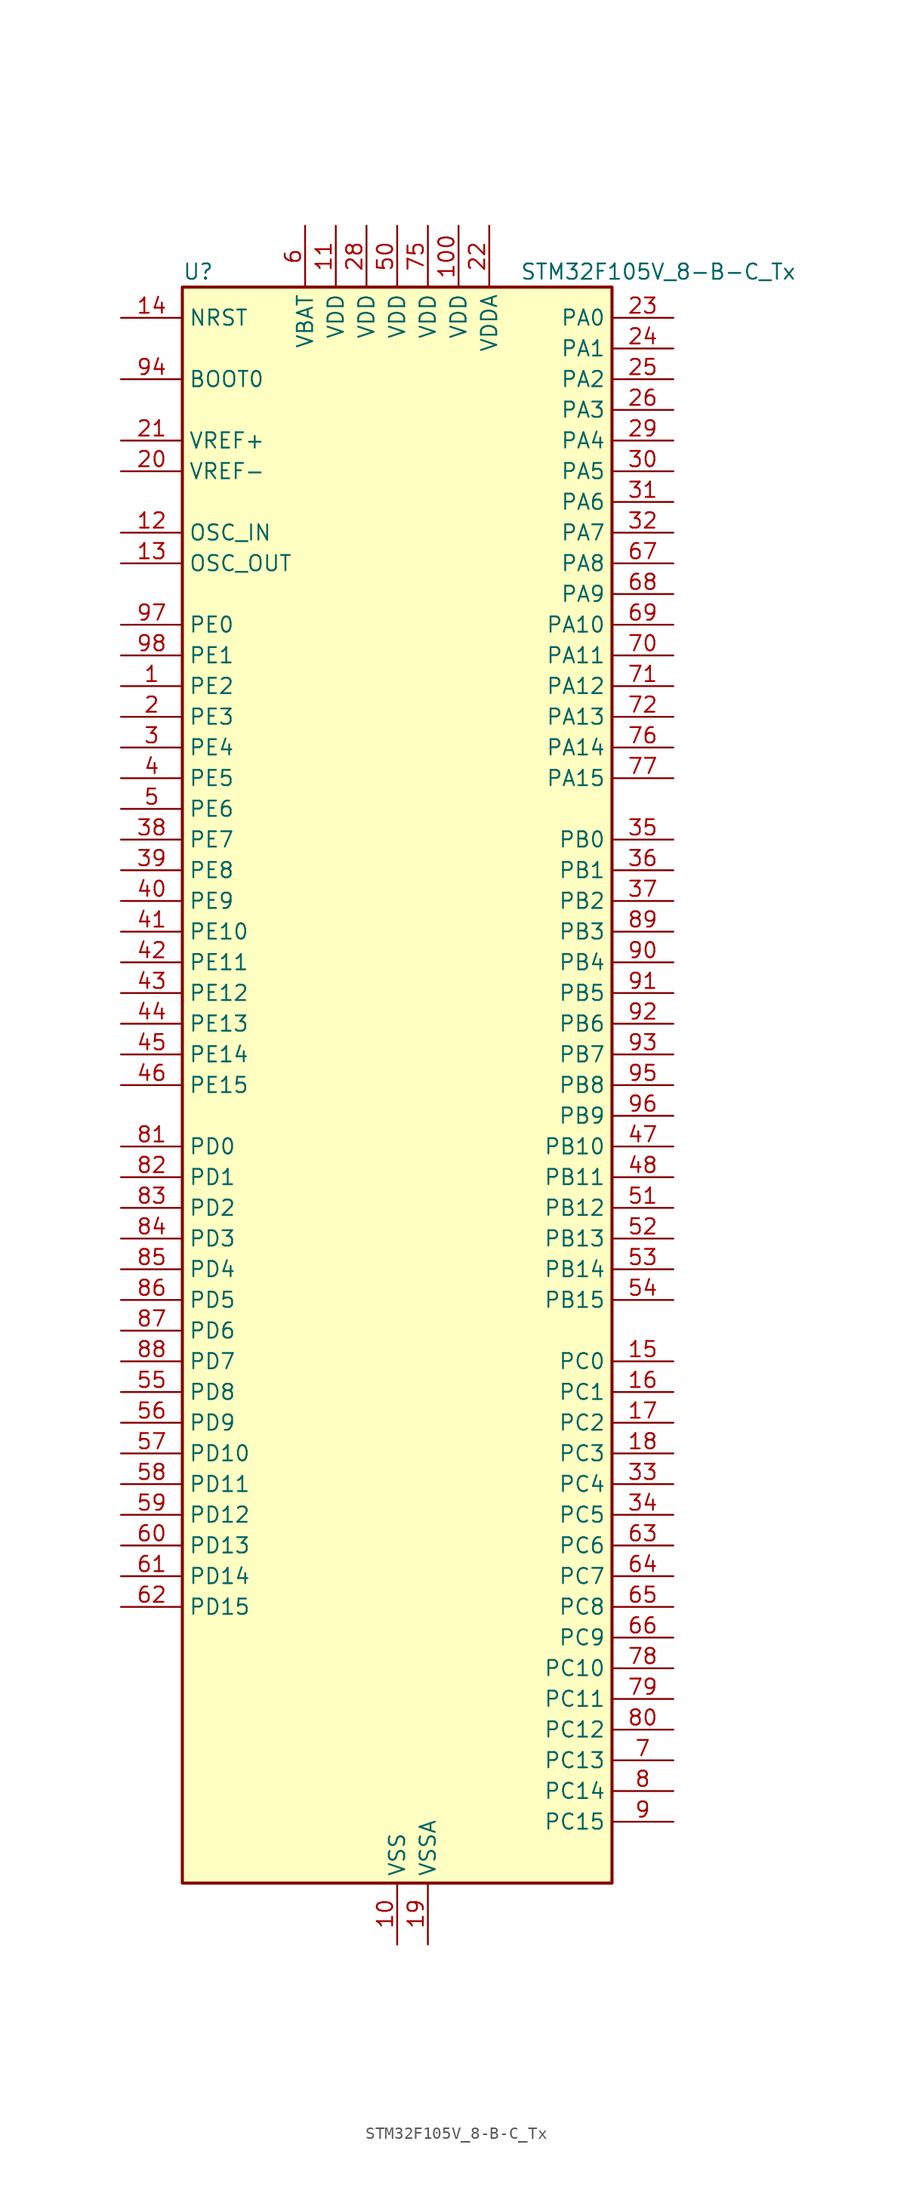
<source format=kicad_sym>
(kicad_symbol_lib
  (version 20231120)
  (generator "kicad_symbol_editor")
  (generator_version "8.0")
  (symbol "STM32F105V_8-B-C_Tx"
    (property "Reference" "U"
      (at -17.78 67.31 0)
      (effects (font (size 1.27 1.27)) (justify left)))
    (property "Value" "STM32F105V_8-B-C_Tx"
      (at 10.16 67.31 0)
      (effects (font (size 1.27 1.27)) (justify left)))
    (property "ki_locked" ""
      (at 0 0 0)
      (effects (font (size 1.27 1.27))))
    (symbol "STM32F105V_8-B-C_Tx_0_1"
      (rectangle (start -17.78 -66.04) (end 17.78 66.04) (stroke (width 0.254) (type default)) (fill (type background))))
    (symbol "STM32F105V_8-B-C_Tx_1_1"
      (pin bidirectional line (at -22.86 33.02 0) (length 5.08) (name "PE2" (effects (font (size 1.27 1.27)))) (number "1" (effects (font (size 1.27 1.27)))) (alternate "SYS_TRACECLK" bidirectional line))
      (pin power_in line (at 0 -71.12 90) (length 5.08) (name "VSS" (effects (font (size 1.27 1.27)))) (number "10" (effects (font (size 1.27 1.27)))))
      (pin power_in line (at 5.08 71.12 270) (length 5.08) (name "VDD" (effects (font (size 1.27 1.27)))) (number "100" (effects (font (size 1.27 1.27)))))
      (pin power_in line (at -5.08 71.12 270) (length 5.08) (name "VDD" (effects (font (size 1.27 1.27)))) (number "11" (effects (font (size 1.27 1.27)))))
      (pin input line (at -22.86 45.72 0) (length 5.08) (name "OSC_IN" (effects (font (size 1.27 1.27)))) (number "12" (effects (font (size 1.27 1.27)))) (alternate "RCC_OSC_IN" bidirectional line))
      (pin input line (at -22.86 43.18 0) (length 5.08) (name "OSC_OUT" (effects (font (size 1.27 1.27)))) (number "13" (effects (font (size 1.27 1.27)))) (alternate "RCC_OSC_OUT" bidirectional line))
      (pin input line (at -22.86 63.5 0) (length 5.08) (name "NRST" (effects (font (size 1.27 1.27)))) (number "14" (effects (font (size 1.27 1.27)))))
      (pin bidirectional line (at 22.86 -22.86 180) (length 5.08) (name "PC0" (effects (font (size 1.27 1.27)))) (number "15" (effects (font (size 1.27 1.27)))) (alternate "ADC1_IN10" bidirectional line) (alternate "ADC2_IN10" bidirectional line))
      (pin bidirectional line (at 22.86 -25.4 180) (length 5.08) (name "PC1" (effects (font (size 1.27 1.27)))) (number "16" (effects (font (size 1.27 1.27)))) (alternate "ADC1_IN11" bidirectional line) (alternate "ADC2_IN11" bidirectional line))
      (pin bidirectional line (at 22.86 -27.94 180) (length 5.08) (name "PC2" (effects (font (size 1.27 1.27)))) (number "17" (effects (font (size 1.27 1.27)))) (alternate "ADC1_IN12" bidirectional line) (alternate "ADC2_IN12" bidirectional line))
      (pin bidirectional line (at 22.86 -30.48 180) (length 5.08) (name "PC3" (effects (font (size 1.27 1.27)))) (number "18" (effects (font (size 1.27 1.27)))) (alternate "ADC1_IN13" bidirectional line) (alternate "ADC2_IN13" bidirectional line))
      (pin power_in line (at 2.54 -71.12 90) (length 5.08) (name "VSSA" (effects (font (size 1.27 1.27)))) (number "19" (effects (font (size 1.27 1.27)))))
      (pin bidirectional line (at -22.86 30.48 0) (length 5.08) (name "PE3" (effects (font (size 1.27 1.27)))) (number "2" (effects (font (size 1.27 1.27)))) (alternate "SYS_TRACED0" bidirectional line))
      (pin input line (at -22.86 50.8 0) (length 5.08) (name "VREF-" (effects (font (size 1.27 1.27)))) (number "20" (effects (font (size 1.27 1.27)))))
      (pin input line (at -22.86 53.34 0) (length 5.08) (name "VREF+" (effects (font (size 1.27 1.27)))) (number "21" (effects (font (size 1.27 1.27)))))
      (pin power_in line (at 7.62 71.12 270) (length 5.08) (name "VDDA" (effects (font (size 1.27 1.27)))) (number "22" (effects (font (size 1.27 1.27)))))
      (pin bidirectional line (at 22.86 63.5 180) (length 5.08) (name "PA0" (effects (font (size 1.27 1.27)))) (number "23" (effects (font (size 1.27 1.27)))) (alternate "ADC1_IN0" bidirectional line) (alternate "ADC2_IN0" bidirectional line) (alternate "SYS_WKUP" bidirectional line) (alternate "TIM2_CH1" bidirectional line) (alternate "TIM2_ETR" bidirectional line) (alternate "TIM5_CH1" bidirectional line) (alternate "USART2_CTS" bidirectional line))
      (pin bidirectional line (at 22.86 60.96 180) (length 5.08) (name "PA1" (effects (font (size 1.27 1.27)))) (number "24" (effects (font (size 1.27 1.27)))) (alternate "ADC1_IN1" bidirectional line) (alternate "ADC2_IN1" bidirectional line) (alternate "TIM2_CH2" bidirectional line) (alternate "TIM5_CH2" bidirectional line) (alternate "USART2_RTS" bidirectional line))
      (pin bidirectional line (at 22.86 58.42 180) (length 5.08) (name "PA2" (effects (font (size 1.27 1.27)))) (number "25" (effects (font (size 1.27 1.27)))) (alternate "ADC1_IN2" bidirectional line) (alternate "ADC2_IN2" bidirectional line) (alternate "TIM2_CH3" bidirectional line) (alternate "TIM5_CH3" bidirectional line) (alternate "USART2_TX" bidirectional line))
      (pin bidirectional line (at 22.86 55.88 180) (length 5.08) (name "PA3" (effects (font (size 1.27 1.27)))) (number "26" (effects (font (size 1.27 1.27)))) (alternate "ADC1_IN3" bidirectional line) (alternate "ADC2_IN3" bidirectional line) (alternate "TIM2_CH4" bidirectional line) (alternate "TIM5_CH4" bidirectional line) (alternate "USART2_RX" bidirectional line))
      (pin passive line (at 0 -71.12 90) (length 5.08) hide (name "VSS" (effects (font (size 1.27 1.27)))) (number "27" (effects (font (size 1.27 1.27)))))
      (pin power_in line (at -2.54 71.12 270) (length 5.08) (name "VDD" (effects (font (size 1.27 1.27)))) (number "28" (effects (font (size 1.27 1.27)))))
      (pin bidirectional line (at 22.86 53.34 180) (length 5.08) (name "PA4" (effects (font (size 1.27 1.27)))) (number "29" (effects (font (size 1.27 1.27)))) (alternate "ADC1_IN4" bidirectional line) (alternate "ADC2_IN4" bidirectional line) (alternate "DAC_OUT1" bidirectional line) (alternate "I2S3_WS" bidirectional line) (alternate "SPI1_NSS" bidirectional line) (alternate "SPI3_NSS" bidirectional line) (alternate "USART2_CK" bidirectional line))
      (pin bidirectional line (at -22.86 27.94 0) (length 5.08) (name "PE4" (effects (font (size 1.27 1.27)))) (number "3" (effects (font (size 1.27 1.27)))) (alternate "SYS_TRACED1" bidirectional line))
      (pin bidirectional line (at 22.86 50.8 180) (length 5.08) (name "PA5" (effects (font (size 1.27 1.27)))) (number "30" (effects (font (size 1.27 1.27)))) (alternate "ADC1_IN5" bidirectional line) (alternate "ADC2_IN5" bidirectional line) (alternate "DAC_OUT2" bidirectional line) (alternate "SPI1_SCK" bidirectional line))
      (pin bidirectional line (at 22.86 48.26 180) (length 5.08) (name "PA6" (effects (font (size 1.27 1.27)))) (number "31" (effects (font (size 1.27 1.27)))) (alternate "ADC1_IN6" bidirectional line) (alternate "ADC2_IN6" bidirectional line) (alternate "SPI1_MISO" bidirectional line) (alternate "TIM1_BKIN" bidirectional line) (alternate "TIM3_CH1" bidirectional line))
      (pin bidirectional line (at 22.86 45.72 180) (length 5.08) (name "PA7" (effects (font (size 1.27 1.27)))) (number "32" (effects (font (size 1.27 1.27)))) (alternate "ADC1_IN7" bidirectional line) (alternate "ADC2_IN7" bidirectional line) (alternate "SPI1_MOSI" bidirectional line) (alternate "TIM1_CH1N" bidirectional line) (alternate "TIM3_CH2" bidirectional line))
      (pin bidirectional line (at 22.86 -33.02 180) (length 5.08) (name "PC4" (effects (font (size 1.27 1.27)))) (number "33" (effects (font (size 1.27 1.27)))) (alternate "ADC1_IN14" bidirectional line) (alternate "ADC2_IN14" bidirectional line))
      (pin bidirectional line (at 22.86 -35.56 180) (length 5.08) (name "PC5" (effects (font (size 1.27 1.27)))) (number "34" (effects (font (size 1.27 1.27)))) (alternate "ADC1_IN15" bidirectional line) (alternate "ADC2_IN15" bidirectional line))
      (pin bidirectional line (at 22.86 20.32 180) (length 5.08) (name "PB0" (effects (font (size 1.27 1.27)))) (number "35" (effects (font (size 1.27 1.27)))) (alternate "ADC1_IN8" bidirectional line) (alternate "ADC2_IN8" bidirectional line) (alternate "TIM1_CH2N" bidirectional line) (alternate "TIM3_CH3" bidirectional line))
      (pin bidirectional line (at 22.86 17.78 180) (length 5.08) (name "PB1" (effects (font (size 1.27 1.27)))) (number "36" (effects (font (size 1.27 1.27)))) (alternate "ADC1_IN9" bidirectional line) (alternate "ADC2_IN9" bidirectional line) (alternate "TIM1_CH3N" bidirectional line) (alternate "TIM3_CH4" bidirectional line))
      (pin bidirectional line (at 22.86 15.24 180) (length 5.08) (name "PB2" (effects (font (size 1.27 1.27)))) (number "37" (effects (font (size 1.27 1.27)))))
      (pin bidirectional line (at -22.86 20.32 0) (length 5.08) (name "PE7" (effects (font (size 1.27 1.27)))) (number "38" (effects (font (size 1.27 1.27)))) (alternate "TIM1_ETR" bidirectional line))
      (pin bidirectional line (at -22.86 17.78 0) (length 5.08) (name "PE8" (effects (font (size 1.27 1.27)))) (number "39" (effects (font (size 1.27 1.27)))) (alternate "TIM1_CH1N" bidirectional line))
      (pin bidirectional line (at -22.86 25.4 0) (length 5.08) (name "PE5" (effects (font (size 1.27 1.27)))) (number "4" (effects (font (size 1.27 1.27)))) (alternate "SYS_TRACED2" bidirectional line))
      (pin bidirectional line (at -22.86 15.24 0) (length 5.08) (name "PE9" (effects (font (size 1.27 1.27)))) (number "40" (effects (font (size 1.27 1.27)))) (alternate "DAC_EXTI9" bidirectional line) (alternate "TIM1_CH1" bidirectional line))
      (pin bidirectional line (at -22.86 12.7 0) (length 5.08) (name "PE10" (effects (font (size 1.27 1.27)))) (number "41" (effects (font (size 1.27 1.27)))) (alternate "TIM1_CH2N" bidirectional line))
      (pin bidirectional line (at -22.86 10.16 0) (length 5.08) (name "PE11" (effects (font (size 1.27 1.27)))) (number "42" (effects (font (size 1.27 1.27)))) (alternate "ADC1_EXTI11" bidirectional line) (alternate "ADC2_EXTI11" bidirectional line) (alternate "TIM1_CH2" bidirectional line))
      (pin bidirectional line (at -22.86 7.62 0) (length 5.08) (name "PE12" (effects (font (size 1.27 1.27)))) (number "43" (effects (font (size 1.27 1.27)))) (alternate "TIM1_CH3N" bidirectional line))
      (pin bidirectional line (at -22.86 5.08 0) (length 5.08) (name "PE13" (effects (font (size 1.27 1.27)))) (number "44" (effects (font (size 1.27 1.27)))) (alternate "TIM1_CH3" bidirectional line))
      (pin bidirectional line (at -22.86 2.54 0) (length 5.08) (name "PE14" (effects (font (size 1.27 1.27)))) (number "45" (effects (font (size 1.27 1.27)))) (alternate "TIM1_CH4" bidirectional line))
      (pin bidirectional line (at -22.86 0 0) (length 5.08) (name "PE15" (effects (font (size 1.27 1.27)))) (number "46" (effects (font (size 1.27 1.27)))) (alternate "ADC1_EXTI15" bidirectional line) (alternate "ADC2_EXTI15" bidirectional line) (alternate "TIM1_BKIN" bidirectional line))
      (pin bidirectional line (at 22.86 -5.08 180) (length 5.08) (name "PB10" (effects (font (size 1.27 1.27)))) (number "47" (effects (font (size 1.27 1.27)))) (alternate "I2C2_SCL" bidirectional line) (alternate "TIM2_CH3" bidirectional line) (alternate "USART3_TX" bidirectional line))
      (pin bidirectional line (at 22.86 -7.62 180) (length 5.08) (name "PB11" (effects (font (size 1.27 1.27)))) (number "48" (effects (font (size 1.27 1.27)))) (alternate "ADC1_EXTI11" bidirectional line) (alternate "ADC2_EXTI11" bidirectional line) (alternate "I2C2_SDA" bidirectional line) (alternate "TIM2_CH4" bidirectional line) (alternate "USART3_RX" bidirectional line))
      (pin passive line (at 0 -71.12 90) (length 5.08) hide (name "VSS" (effects (font (size 1.27 1.27)))) (number "49" (effects (font (size 1.27 1.27)))))
      (pin bidirectional line (at -22.86 22.86 0) (length 5.08) (name "PE6" (effects (font (size 1.27 1.27)))) (number "5" (effects (font (size 1.27 1.27)))) (alternate "SYS_TRACED3" bidirectional line))
      (pin power_in line (at 0 71.12 270) (length 5.08) (name "VDD" (effects (font (size 1.27 1.27)))) (number "50" (effects (font (size 1.27 1.27)))))
      (pin bidirectional line (at 22.86 -10.16 180) (length 5.08) (name "PB12" (effects (font (size 1.27 1.27)))) (number "51" (effects (font (size 1.27 1.27)))) (alternate "CAN2_RX" bidirectional line) (alternate "I2C2_SMBA" bidirectional line) (alternate "I2S2_WS" bidirectional line) (alternate "SPI2_NSS" bidirectional line) (alternate "TIM1_BKIN" bidirectional line) (alternate "USART3_CK" bidirectional line))
      (pin bidirectional line (at 22.86 -12.7 180) (length 5.08) (name "PB13" (effects (font (size 1.27 1.27)))) (number "52" (effects (font (size 1.27 1.27)))) (alternate "CAN2_TX" bidirectional line) (alternate "I2S2_CK" bidirectional line) (alternate "SPI2_SCK" bidirectional line) (alternate "TIM1_CH1N" bidirectional line) (alternate "USART3_CTS" bidirectional line))
      (pin bidirectional line (at 22.86 -15.24 180) (length 5.08) (name "PB14" (effects (font (size 1.27 1.27)))) (number "53" (effects (font (size 1.27 1.27)))) (alternate "SPI2_MISO" bidirectional line) (alternate "TIM1_CH2N" bidirectional line) (alternate "USART3_RTS" bidirectional line))
      (pin bidirectional line (at 22.86 -17.78 180) (length 5.08) (name "PB15" (effects (font (size 1.27 1.27)))) (number "54" (effects (font (size 1.27 1.27)))) (alternate "ADC1_EXTI15" bidirectional line) (alternate "ADC2_EXTI15" bidirectional line) (alternate "I2S2_SD" bidirectional line) (alternate "SPI2_MOSI" bidirectional line) (alternate "TIM1_CH3N" bidirectional line))
      (pin bidirectional line (at -22.86 -25.4 0) (length 5.08) (name "PD8" (effects (font (size 1.27 1.27)))) (number "55" (effects (font (size 1.27 1.27)))) (alternate "USART3_TX" bidirectional line))
      (pin bidirectional line (at -22.86 -27.94 0) (length 5.08) (name "PD9" (effects (font (size 1.27 1.27)))) (number "56" (effects (font (size 1.27 1.27)))) (alternate "DAC_EXTI9" bidirectional line) (alternate "USART3_RX" bidirectional line))
      (pin bidirectional line (at -22.86 -30.48 0) (length 5.08) (name "PD10" (effects (font (size 1.27 1.27)))) (number "57" (effects (font (size 1.27 1.27)))) (alternate "USART3_CK" bidirectional line))
      (pin bidirectional line (at -22.86 -33.02 0) (length 5.08) (name "PD11" (effects (font (size 1.27 1.27)))) (number "58" (effects (font (size 1.27 1.27)))) (alternate "ADC1_EXTI11" bidirectional line) (alternate "ADC2_EXTI11" bidirectional line) (alternate "USART3_CTS" bidirectional line))
      (pin bidirectional line (at -22.86 -35.56 0) (length 5.08) (name "PD12" (effects (font (size 1.27 1.27)))) (number "59" (effects (font (size 1.27 1.27)))) (alternate "TIM4_CH1" bidirectional line) (alternate "USART3_RTS" bidirectional line))
      (pin power_in line (at -7.62 71.12 270) (length 5.08) (name "VBAT" (effects (font (size 1.27 1.27)))) (number "6" (effects (font (size 1.27 1.27)))))
      (pin bidirectional line (at -22.86 -38.1 0) (length 5.08) (name "PD13" (effects (font (size 1.27 1.27)))) (number "60" (effects (font (size 1.27 1.27)))) (alternate "TIM4_CH2" bidirectional line))
      (pin bidirectional line (at -22.86 -40.64 0) (length 5.08) (name "PD14" (effects (font (size 1.27 1.27)))) (number "61" (effects (font (size 1.27 1.27)))) (alternate "TIM4_CH3" bidirectional line))
      (pin bidirectional line (at -22.86 -43.18 0) (length 5.08) (name "PD15" (effects (font (size 1.27 1.27)))) (number "62" (effects (font (size 1.27 1.27)))) (alternate "ADC1_EXTI15" bidirectional line) (alternate "ADC2_EXTI15" bidirectional line) (alternate "TIM4_CH4" bidirectional line))
      (pin bidirectional line (at 22.86 -38.1 180) (length 5.08) (name "PC6" (effects (font (size 1.27 1.27)))) (number "63" (effects (font (size 1.27 1.27)))) (alternate "I2S2_MCK" bidirectional line) (alternate "TIM3_CH1" bidirectional line))
      (pin bidirectional line (at 22.86 -40.64 180) (length 5.08) (name "PC7" (effects (font (size 1.27 1.27)))) (number "64" (effects (font (size 1.27 1.27)))) (alternate "I2S3_MCK" bidirectional line) (alternate "TIM3_CH2" bidirectional line))
      (pin bidirectional line (at 22.86 -43.18 180) (length 5.08) (name "PC8" (effects (font (size 1.27 1.27)))) (number "65" (effects (font (size 1.27 1.27)))) (alternate "TIM3_CH3" bidirectional line))
      (pin bidirectional line (at 22.86 -45.72 180) (length 5.08) (name "PC9" (effects (font (size 1.27 1.27)))) (number "66" (effects (font (size 1.27 1.27)))) (alternate "DAC_EXTI9" bidirectional line) (alternate "TIM3_CH4" bidirectional line))
      (pin bidirectional line (at 22.86 43.18 180) (length 5.08) (name "PA8" (effects (font (size 1.27 1.27)))) (number "67" (effects (font (size 1.27 1.27)))) (alternate "RCC_MCO" bidirectional line) (alternate "TIM1_CH1" bidirectional line) (alternate "USART1_CK" bidirectional line) (alternate "USB_OTG_FS_SOF" bidirectional line))
      (pin bidirectional line (at 22.86 40.64 180) (length 5.08) (name "PA9" (effects (font (size 1.27 1.27)))) (number "68" (effects (font (size 1.27 1.27)))) (alternate "DAC_EXTI9" bidirectional line) (alternate "TIM1_CH2" bidirectional line) (alternate "USART1_TX" bidirectional line) (alternate "USB_OTG_FS_VBUS" bidirectional line))
      (pin bidirectional line (at 22.86 38.1 180) (length 5.08) (name "PA10" (effects (font (size 1.27 1.27)))) (number "69" (effects (font (size 1.27 1.27)))) (alternate "TIM1_CH3" bidirectional line) (alternate "USART1_RX" bidirectional line) (alternate "USB_OTG_FS_ID" bidirectional line))
      (pin bidirectional line (at 22.86 -55.88 180) (length 5.08) (name "PC13" (effects (font (size 1.27 1.27)))) (number "7" (effects (font (size 1.27 1.27)))) (alternate "RTC_OUT" bidirectional line) (alternate "RTC_TAMPER" bidirectional line))
      (pin bidirectional line (at 22.86 35.56 180) (length 5.08) (name "PA11" (effects (font (size 1.27 1.27)))) (number "70" (effects (font (size 1.27 1.27)))) (alternate "ADC1_EXTI11" bidirectional line) (alternate "ADC2_EXTI11" bidirectional line) (alternate "CAN1_RX" bidirectional line) (alternate "TIM1_CH4" bidirectional line) (alternate "USART1_CTS" bidirectional line) (alternate "USB_OTG_FS_DM" bidirectional line))
      (pin bidirectional line (at 22.86 33.02 180) (length 5.08) (name "PA12" (effects (font (size 1.27 1.27)))) (number "71" (effects (font (size 1.27 1.27)))) (alternate "CAN1_TX" bidirectional line) (alternate "TIM1_ETR" bidirectional line) (alternate "USART1_RTS" bidirectional line) (alternate "USB_OTG_FS_DP" bidirectional line))
      (pin bidirectional line (at 22.86 30.48 180) (length 5.08) (name "PA13" (effects (font (size 1.27 1.27)))) (number "72" (effects (font (size 1.27 1.27)))) (alternate "SYS_JTMS-SWDIO" bidirectional line))
      (pin no_connect line (at -17.78 -66.04 0) (length 5.08) hide (name "NC" (effects (font (size 1.27 1.27)))) (number "73" (effects (font (size 1.27 1.27)))))
      (pin passive line (at 0 -71.12 90) (length 5.08) hide (name "VSS" (effects (font (size 1.27 1.27)))) (number "74" (effects (font (size 1.27 1.27)))))
      (pin power_in line (at 2.54 71.12 270) (length 5.08) (name "VDD" (effects (font (size 1.27 1.27)))) (number "75" (effects (font (size 1.27 1.27)))))
      (pin bidirectional line (at 22.86 27.94 180) (length 5.08) (name "PA14" (effects (font (size 1.27 1.27)))) (number "76" (effects (font (size 1.27 1.27)))) (alternate "SYS_JTCK-SWCLK" bidirectional line))
      (pin bidirectional line (at 22.86 25.4 180) (length 5.08) (name "PA15" (effects (font (size 1.27 1.27)))) (number "77" (effects (font (size 1.27 1.27)))) (alternate "ADC1_EXTI15" bidirectional line) (alternate "ADC2_EXTI15" bidirectional line) (alternate "I2S3_WS" bidirectional line) (alternate "SPI1_NSS" bidirectional line) (alternate "SPI3_NSS" bidirectional line) (alternate "SYS_JTDI" bidirectional line) (alternate "TIM2_CH1" bidirectional line) (alternate "TIM2_ETR" bidirectional line))
      (pin bidirectional line (at 22.86 -48.26 180) (length 5.08) (name "PC10" (effects (font (size 1.27 1.27)))) (number "78" (effects (font (size 1.27 1.27)))) (alternate "I2S3_CK" bidirectional line) (alternate "SPI3_SCK" bidirectional line) (alternate "UART4_TX" bidirectional line) (alternate "USART3_TX" bidirectional line))
      (pin bidirectional line (at 22.86 -50.8 180) (length 5.08) (name "PC11" (effects (font (size 1.27 1.27)))) (number "79" (effects (font (size 1.27 1.27)))) (alternate "ADC1_EXTI11" bidirectional line) (alternate "ADC2_EXTI11" bidirectional line) (alternate "SPI3_MISO" bidirectional line) (alternate "UART4_RX" bidirectional line) (alternate "USART3_RX" bidirectional line))
      (pin bidirectional line (at 22.86 -58.42 180) (length 5.08) (name "PC14" (effects (font (size 1.27 1.27)))) (number "8" (effects (font (size 1.27 1.27)))) (alternate "RCC_OSC32_IN" bidirectional line))
      (pin bidirectional line (at 22.86 -53.34 180) (length 5.08) (name "PC12" (effects (font (size 1.27 1.27)))) (number "80" (effects (font (size 1.27 1.27)))) (alternate "I2S3_SD" bidirectional line) (alternate "SPI3_MOSI" bidirectional line) (alternate "UART5_TX" bidirectional line) (alternate "USART3_CK" bidirectional line))
      (pin bidirectional line (at -22.86 -5.08 0) (length 5.08) (name "PD0" (effects (font (size 1.27 1.27)))) (number "81" (effects (font (size 1.27 1.27)))) (alternate "CAN1_RX" bidirectional line))
      (pin bidirectional line (at -22.86 -7.62 0) (length 5.08) (name "PD1" (effects (font (size 1.27 1.27)))) (number "82" (effects (font (size 1.27 1.27)))) (alternate "CAN1_TX" bidirectional line))
      (pin bidirectional line (at -22.86 -10.16 0) (length 5.08) (name "PD2" (effects (font (size 1.27 1.27)))) (number "83" (effects (font (size 1.27 1.27)))) (alternate "TIM3_ETR" bidirectional line) (alternate "UART5_RX" bidirectional line))
      (pin bidirectional line (at -22.86 -12.7 0) (length 5.08) (name "PD3" (effects (font (size 1.27 1.27)))) (number "84" (effects (font (size 1.27 1.27)))) (alternate "USART2_CTS" bidirectional line))
      (pin bidirectional line (at -22.86 -15.24 0) (length 5.08) (name "PD4" (effects (font (size 1.27 1.27)))) (number "85" (effects (font (size 1.27 1.27)))) (alternate "USART2_RTS" bidirectional line))
      (pin bidirectional line (at -22.86 -17.78 0) (length 5.08) (name "PD5" (effects (font (size 1.27 1.27)))) (number "86" (effects (font (size 1.27 1.27)))) (alternate "USART2_TX" bidirectional line))
      (pin bidirectional line (at -22.86 -20.32 0) (length 5.08) (name "PD6" (effects (font (size 1.27 1.27)))) (number "87" (effects (font (size 1.27 1.27)))) (alternate "USART2_RX" bidirectional line))
      (pin bidirectional line (at -22.86 -22.86 0) (length 5.08) (name "PD7" (effects (font (size 1.27 1.27)))) (number "88" (effects (font (size 1.27 1.27)))) (alternate "USART2_CK" bidirectional line))
      (pin bidirectional line (at 22.86 12.7 180) (length 5.08) (name "PB3" (effects (font (size 1.27 1.27)))) (number "89" (effects (font (size 1.27 1.27)))) (alternate "I2S3_CK" bidirectional line) (alternate "SPI1_SCK" bidirectional line) (alternate "SPI3_SCK" bidirectional line) (alternate "SYS_JTDO" bidirectional line) (alternate "SYS_TRACESWO" bidirectional line) (alternate "TIM2_CH2" bidirectional line))
      (pin bidirectional line (at 22.86 -60.96 180) (length 5.08) (name "PC15" (effects (font (size 1.27 1.27)))) (number "9" (effects (font (size 1.27 1.27)))) (alternate "ADC1_EXTI15" bidirectional line) (alternate "ADC2_EXTI15" bidirectional line) (alternate "RCC_OSC32_OUT" bidirectional line))
      (pin bidirectional line (at 22.86 10.16 180) (length 5.08) (name "PB4" (effects (font (size 1.27 1.27)))) (number "90" (effects (font (size 1.27 1.27)))) (alternate "SPI1_MISO" bidirectional line) (alternate "SPI3_MISO" bidirectional line) (alternate "SYS_NJTRST" bidirectional line) (alternate "TIM3_CH1" bidirectional line))
      (pin bidirectional line (at 22.86 7.62 180) (length 5.08) (name "PB5" (effects (font (size 1.27 1.27)))) (number "91" (effects (font (size 1.27 1.27)))) (alternate "CAN2_RX" bidirectional line) (alternate "I2C1_SMBA" bidirectional line) (alternate "I2S3_SD" bidirectional line) (alternate "SPI1_MOSI" bidirectional line) (alternate "SPI3_MOSI" bidirectional line) (alternate "TIM3_CH2" bidirectional line))
      (pin bidirectional line (at 22.86 5.08 180) (length 5.08) (name "PB6" (effects (font (size 1.27 1.27)))) (number "92" (effects (font (size 1.27 1.27)))) (alternate "CAN2_TX" bidirectional line) (alternate "I2C1_SCL" bidirectional line) (alternate "TIM4_CH1" bidirectional line) (alternate "USART1_TX" bidirectional line))
      (pin bidirectional line (at 22.86 2.54 180) (length 5.08) (name "PB7" (effects (font (size 1.27 1.27)))) (number "93" (effects (font (size 1.27 1.27)))) (alternate "I2C1_SDA" bidirectional line) (alternate "TIM4_CH2" bidirectional line) (alternate "USART1_RX" bidirectional line))
      (pin input line (at -22.86 58.42 0) (length 5.08) (name "BOOT0" (effects (font (size 1.27 1.27)))) (number "94" (effects (font (size 1.27 1.27)))))
      (pin bidirectional line (at 22.86 0 180) (length 5.08) (name "PB8" (effects (font (size 1.27 1.27)))) (number "95" (effects (font (size 1.27 1.27)))) (alternate "CAN1_RX" bidirectional line) (alternate "I2C1_SCL" bidirectional line) (alternate "TIM4_CH3" bidirectional line))
      (pin bidirectional line (at 22.86 -2.54 180) (length 5.08) (name "PB9" (effects (font (size 1.27 1.27)))) (number "96" (effects (font (size 1.27 1.27)))) (alternate "CAN1_TX" bidirectional line) (alternate "DAC_EXTI9" bidirectional line) (alternate "I2C1_SDA" bidirectional line) (alternate "TIM4_CH4" bidirectional line))
      (pin bidirectional line (at -22.86 38.1 0) (length 5.08) (name "PE0" (effects (font (size 1.27 1.27)))) (number "97" (effects (font (size 1.27 1.27)))) (alternate "TIM4_ETR" bidirectional line))
      (pin bidirectional line (at -22.86 35.56 0) (length 5.08) (name "PE1" (effects (font (size 1.27 1.27)))) (number "98" (effects (font (size 1.27 1.27)))))
      (pin passive line (at 0 -71.12 90) (length 5.08) hide (name "VSS" (effects (font (size 1.27 1.27)))) (number "99" (effects (font (size 1.27 1.27))))))))
</source>
